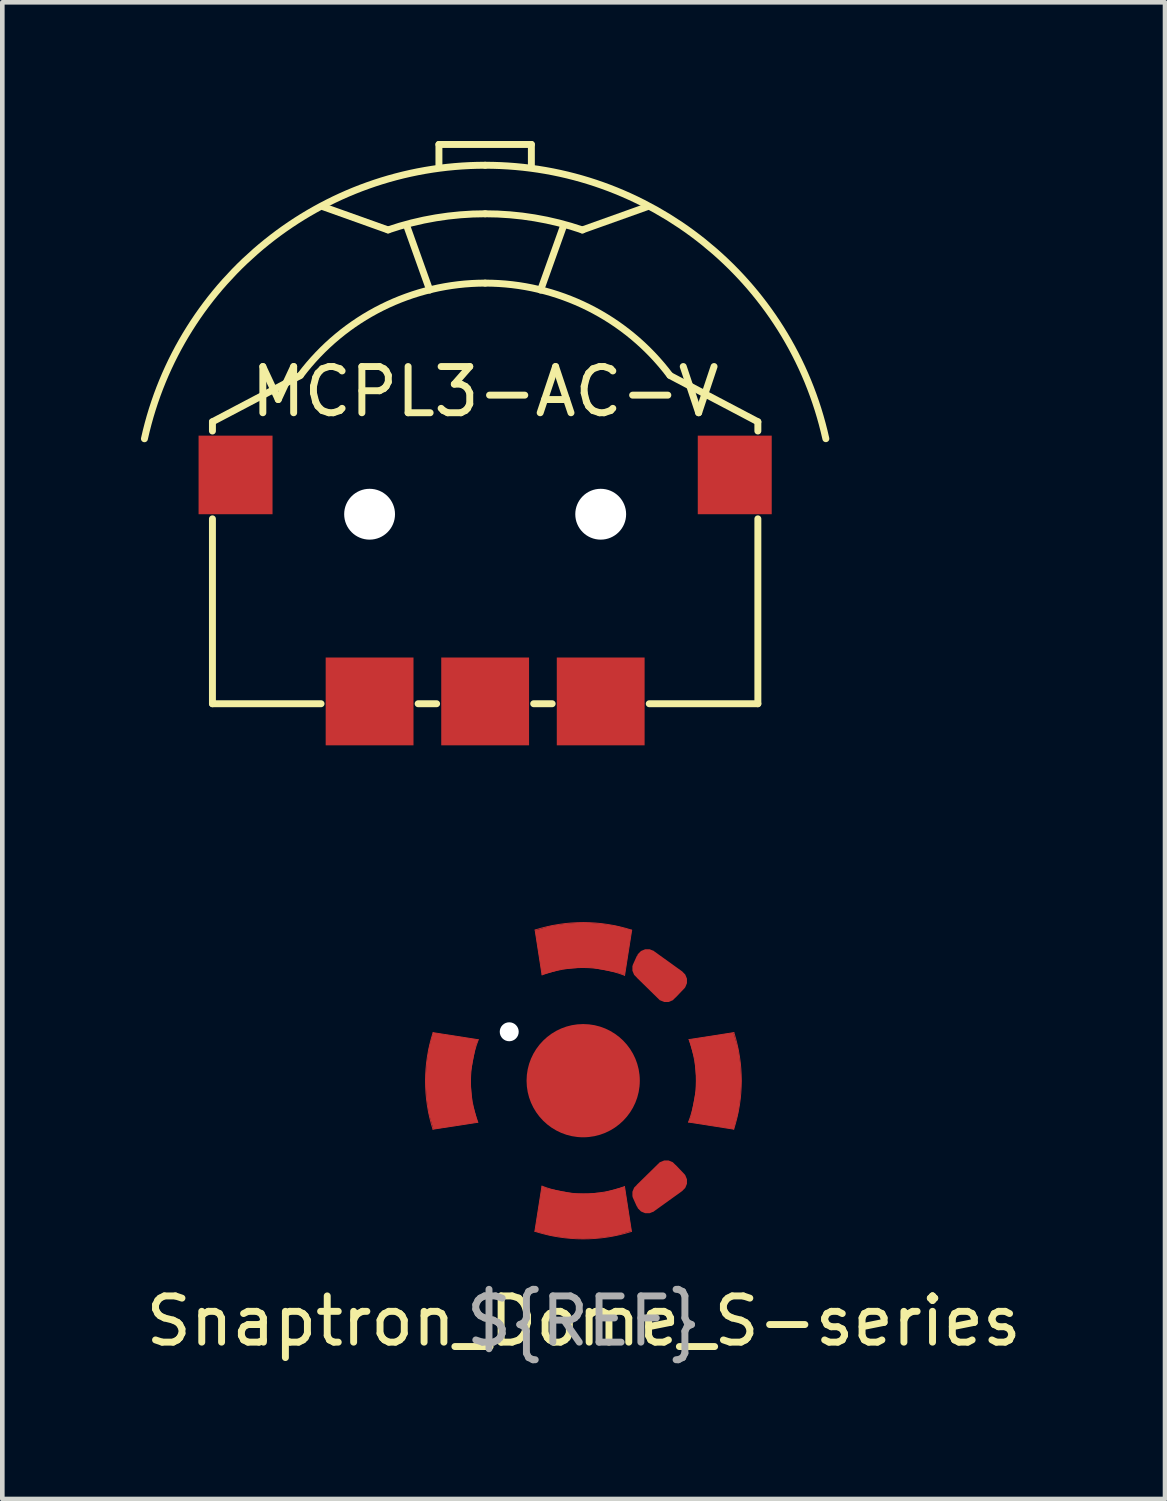
<source format=kicad_pcb>
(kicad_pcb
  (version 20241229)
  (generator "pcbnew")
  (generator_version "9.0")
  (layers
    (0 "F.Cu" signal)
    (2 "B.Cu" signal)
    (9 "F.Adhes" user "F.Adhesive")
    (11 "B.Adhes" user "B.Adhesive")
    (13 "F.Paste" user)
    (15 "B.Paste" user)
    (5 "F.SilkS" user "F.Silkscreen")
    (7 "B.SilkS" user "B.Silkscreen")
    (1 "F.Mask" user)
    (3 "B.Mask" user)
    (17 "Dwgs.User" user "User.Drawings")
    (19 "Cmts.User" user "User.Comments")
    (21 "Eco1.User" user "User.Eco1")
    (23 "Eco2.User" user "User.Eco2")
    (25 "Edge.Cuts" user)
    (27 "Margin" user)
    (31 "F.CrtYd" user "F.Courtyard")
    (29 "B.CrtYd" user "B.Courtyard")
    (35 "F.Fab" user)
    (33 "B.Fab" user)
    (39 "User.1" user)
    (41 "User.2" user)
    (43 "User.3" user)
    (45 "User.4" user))
  (footprint "MCPL3-AC-V"
    (layer "F.Cu")
    (at 7.446 8.075)
    (property "Reference" "MCPL3-AC-V" (at 0 -2.65 0) (layer "F.SilkS") (effects (font (size 1 1) (thickness 0.15))))
    (attr through_hole)
    (fp_line (start -5.9 -1.8) (end -5.9 -2) (stroke (width 0.15) (type solid)) (layer "F.SilkS"))
    (fp_line (start -5.9 4.1) (end -5.9 0.1) (stroke (width 0.15) (type solid)) (layer "F.SilkS"))
    (fp_line (start -5.9 4.1) (end -3.55 4.1) (stroke (width 0.15) (type solid)) (layer "F.SilkS"))
    (fp_line (start -4 -3) (end -5.9 -2) (stroke (width 0.15) (type solid)) (layer "F.SilkS"))
    (fp_line (start -2.1 -6.15) (end -3.5 -6.65) (stroke (width 0.15) (type solid)) (layer "F.SilkS"))
    (fp_line (start -1.7 -6.25) (end -1.2 -4.85) (stroke (width 0.15) (type solid)) (layer "F.SilkS"))
    (fp_line (start -1.45 4.1) (end -1.05 4.1) (stroke (width 0.15) (type solid)) (layer "F.SilkS"))
    (fp_line (start -1 -8) (end 1 -8) (stroke (width 0.15) (type solid)) (layer "F.SilkS"))
    (fp_line (start -1 -7.5) (end -1 -8) (stroke (width 0.15) (type solid)) (layer "F.SilkS"))
    (fp_line (start 1 -8) (end 1 -7.5) (stroke (width 0.15) (type solid)) (layer "F.SilkS"))
    (fp_line (start 1.05 4.1) (end 1.45 4.1) (stroke (width 0.15) (type solid)) (layer "F.SilkS"))
    (fp_line (start 1.7 -6.25) (end 1.2 -4.85) (stroke (width 0.15) (type solid)) (layer "F.SilkS"))
    (fp_line (start 2.1 -6.15) (end 3.5 -6.65) (stroke (width 0.15) (type solid)) (layer "F.SilkS"))
    (fp_line (start 3.55 4.1) (end 5.9 4.1) (stroke (width 0.15) (type solid)) (layer "F.SilkS"))
    (fp_line (start 4 -3) (end 5.9 -2) (stroke (width 0.15) (type solid)) (layer "F.SilkS"))
    (fp_line (start 5.9 -1.8) (end 5.9 -2) (stroke (width 0.15) (type solid)) (layer "F.SilkS"))
    (fp_line (start 5.9 4.1) (end 5.9 0.1) (stroke (width 0.15) (type solid)) (layer "F.SilkS"))
    (fp_arc (start -7.371374 -1.632586) (mid -4.726334 -5.887636) (end 0 -7.55) (stroke (width 0.15) (type solid)) (layer "F.SilkS"))
    (fp_arc (start -3.994608 -3.007176) (mid -2.232053 -4.474141) (end 0 -5) (stroke (width 0.15) (type solid)) (layer "F.SilkS"))
    (fp_arc (start -2.100435 -6.151274) (mid -1.064593 -6.412226) (end 0 -6.5) (stroke (width 0.15) (type solid)) (layer "F.SilkS"))
    (fp_arc (start 0 -7.55) (mid 4.725722 -5.888128) (end 7.371035 -1.634119) (stroke (width 0.15) (type solid)) (layer "F.SilkS"))
    (fp_arc (start 0 -6.5) (mid 1.067214 -6.41179) (end 2.105463 -6.149555) (stroke (width 0.15) (type solid)) (layer "F.SilkS"))
    (fp_arc (start 0 -5) (mid 2.230989 -4.474672) (end 3.993178 -3.009075) (stroke (width 0.15) (type solid)) (layer "F.SilkS"))
    (pad "" np_thru_hole oval (at -2.5 0) (size 1.1 1.1) (drill oval 1.1) (layers "*.Cu" "*.Mask"))
    (pad "" np_thru_hole oval (at 2.5 0) (size 1.1 1.1) (drill oval 1.1) (layers "*.Cu" "*.Mask"))
    (pad "1" smd rect (at -2.5 4.05) (size 1.9 1.9) (layers "F.Cu" "F.Mask" "F.Paste"))
    (pad "2" smd rect (at 2.5 4.05) (size 1.9 1.9) (layers "F.Cu" "F.Mask" "F.Paste"))
    (pad "C" smd rect (at 5.4 -0.85) (size 1.6 1.7) (layers "F.Cu" "F.Mask" "F.Paste"))
    (pad "G" smd rect (at -5.4 -0.85) (size 1.6 1.7) (layers "F.Cu" "F.Mask" "F.Paste"))
    (pad "T" smd rect (at 0 4.05) (size 1.9 1.9) (layers "F.Cu" "F.Mask" "F.Paste")))
  (footprint "Snaptron_Dome_S-series"
    (layer "F.Cu")
    (at 9.577 20.332)
    (property "Reference" "Snaptron_Dome_S-series" (at 0 5.2 0) (unlocked yes) (layer "F.SilkS") (effects (font (size 1 1) (thickness 0.15))))
    (attr smd)
    (fp_line (start -3.26 1.048) (end -2.29 0.898) (stroke (width 0.02) (type default)) (layer "F.Cu"))
    (fp_line (start -3.257 -1.041) (end -2.28 -0.888) (stroke (width 0.02) (type default)) (layer "F.Cu"))
    (fp_line (start -1.055 3.257) (end -0.902 2.28) (stroke (width 0.02) (type default)) (layer "F.Cu"))
    (fp_line (start -1.05 -3.262) (end -0.9 -2.292) (stroke (width 0.02) (type default)) (layer "F.Cu"))
    (fp_line (start 1.034 3.26) (end 0.884 2.29) (stroke (width 0.02) (type default)) (layer "F.Cu"))
    (fp_line (start 1.039 -3.259) (end 0.886 -2.282) (stroke (width 0.02) (type default)) (layer "F.Cu"))
    (fp_line (start 3.247 1.047) (end 2.27 0.894) (stroke (width 0.02) (type default)) (layer "F.Cu"))
    (fp_line (start 3.25 -1.042) (end 2.28 -0.892) (stroke (width 0.02) (type default)) (layer "F.Cu"))
    (fp_arc (start -3.259999 1.048063) (mid -3.420926 0.0033) (end -3.257107 -1.041014) (stroke (width 0.02) (type default)) (layer "F.Cu"))
    (fp_arc (start -2.289999 0.898063) (mid -2.448063 0.004058) (end -2.280104 -0.88814) (stroke (width 0.02) (type default)) (layer "F.Cu"))
    (fp_arc (start -1.049999 -3.261937) (mid -0.005236 -3.422864) (end 1.039078 -3.259045) (stroke (width 0.02) (type default)) (layer "F.Cu"))
    (fp_arc (start -0.899999 -2.291937) (mid -0.005994 -2.450001) (end 0.886204 -2.282042) (stroke (width 0.02) (type default)) (layer "F.Cu"))
    (fp_arc (start 0.884006 2.289999) (mid -0.009999 2.448063) (end -0.902197 2.280104) (stroke (width 0.02) (type default)) (layer "F.Cu"))
    (fp_arc (start 1.034006 3.259999) (mid -0.010757 3.420926) (end -1.055071 3.257107) (stroke (width 0.02) (type default)) (layer "F.Cu"))
    (fp_arc (start 2.280001 -0.891937) (mid 2.438065 0.002068) (end 2.270106 0.894266) (stroke (width 0.02) (type default)) (layer "F.Cu"))
    (fp_arc (start 3.250001 -1.041937) (mid 3.410928 0.002826) (end 3.247109 1.04714) (stroke (width 0.02) (type default)) (layer "F.Cu"))
    (fp_poly (pts (xy -3.25 1.048) (xy -2.29 0.898) (xy -2.41 0.468) (xy -2.44 0.118) (xy -2.44 -0.192) (xy -2.33 -0.762) (xy -2.28 -0.888) (xy -3.257 -1.041) (xy -3.35 -0.702) (xy -3.4 -0.352) (xy -3.421 0.003) (xy -3.4 0.358) (xy -3.35 0.708)) (stroke (width 0) (type solid)) (fill yes) (layer "F.Cu"))
    (fp_poly (pts (xy -1.05 -3.252) (xy -0.9 -2.292) (xy -0.47 -2.412) (xy -0.12 -2.442) (xy 0.19 -2.442) (xy 0.76 -2.332) (xy 0.886 -2.282) (xy 1.039 -3.259) (xy 0.7 -3.352) (xy 0.35 -3.402) (xy -0.005 -3.423) (xy -0.36 -3.402) (xy -0.71 -3.352)) (stroke (width 0) (type solid)) (fill yes) (layer "F.Cu"))
    (fp_poly (pts (xy 1.034 3.25) (xy 0.884 2.29) (xy 0.454 2.41) (xy 0.104 2.44) (xy -0.206 2.44) (xy -0.776 2.33) (xy -0.902 2.28) (xy -1.055 3.257) (xy -0.716 3.35) (xy -0.366 3.4) (xy -0.011 3.421) (xy 0.344 3.4) (xy 0.694 3.35)) (stroke (width 0) (type solid)) (fill yes) (layer "F.Cu"))
    (fp_poly (pts (xy 3.24 -1.042) (xy 2.28 -0.892) (xy 2.4 -0.462) (xy 2.43 -0.112) (xy 2.43 0.198) (xy 2.32 0.768) (xy 2.27 0.894) (xy 3.247 1.047) (xy 3.34 0.708) (xy 3.39 0.358) (xy 3.411 0.003) (xy 3.39 -0.352) (xy 3.34 -0.702)) (stroke (width 0) (type solid)) (fill yes) (layer "F.Cu"))
    (fp_poly (pts (xy 0.002 -4.192) (xy 0.185 -4.178) (xy 0.379 -4.149) (xy 0.575 -4.104) (xy 0.698 -4.066) (xy 0.802 -4.033) (xy 0.92 -3.992) (xy 1.19 -3.772) (xy 1.57 -3.462) (xy 1.93 -3.142) (xy 2.27 -2.832) (xy 2.56 -2.552) (xy 2.81 -2.302) (xy 3.12 -1.982) (xy 3.44 -1.632) (xy 3.81 -1.212) (xy 3.93 -1.062) (xy 4.02 -0.862) (xy 4.08 -0.682) (xy 4.11 -0.572) (xy 4.15 -0.402) (xy 4.17 -0.282) (xy 4.18 -0.132) (xy 4.19 -0.002) (xy 4.18 0.128) (xy 4.17 0.278) (xy 4.14 0.458) (xy 4.095 0.646) (xy 4.032 0.832) (xy 3.94 1.037) (xy 3.907 1.098) (xy 3.693 1.356) (xy 3.474 1.602) (xy 3.01 2.101) (xy 2.542 2.576) (xy 2.141 2.956) (xy 2.05 3.04) (xy 1.96 3.12) (xy 1.729 3.326) (xy 1.514 3.511) (xy 1.299 3.693) (xy 1.03 3.91) (xy 0.961 3.963) (xy 0.909 3.992) (xy 0.795 4.034) (xy 0.692 4.07) (xy 0.567 4.109) (xy 0.406 4.144) (xy 0.258 4.169) (xy 0.065 4.192) (xy -0.011 4.194) (xy -0.14 4.196) (xy -0.298 4.192) (xy -0.451 4.175) (xy -0.658 4.143) (xy -0.808 4.106) (xy -0.941 4.067) (xy -1.111 4.007) (xy -1.18 3.978) (xy -1.318 3.735) (xy -1.475 3.481) (xy -1.679 3.18) (xy -1.79 3.029) (xy -1.923 2.861) (xy -2.04 2.717) (xy -2.196 2.538) (xy -2.328 2.396) (xy -2.47 2.244) (xy -2.638 2.078) (xy -2.871 1.871) (xy -3.102 1.674) (xy -3.327 1.506) (xy -3.505 1.373) (xy -3.693 1.247) (xy -3.961 1.077) (xy -3.993 1.047) (xy -4.057 0.889) (xy -4.122 0.675) (xy -4.183 0.365) (xy -4.204 0.166) (xy -4.204 -0.018) (xy -4.197 -0.254) (xy -4.169 -0.446) (xy -4.114 -0.695) (xy -4.041 -0.922) (xy -3.989 -1.056) (xy -3.857 -1.133) (xy -3.63 -1.278) (xy -3.426 -1.42) (xy -3.229 -1.563) (xy -3.008 -1.739) (xy -2.75 -1.957) (xy -2.351 -2.345) (xy -2.143 -2.582) (xy -1.994 -2.754) (xy -1.907 -2.863) (xy -1.72 -3.099) (xy -1.515 -3.404) (xy -1.402 -3.583) (xy -1.293 -3.772) (xy -1.179 -3.978) (xy -1.078 -4.016) (xy -0.898 -4.079) (xy -0.681 -4.136) (xy -0.521 -4.164) (xy -0.351 -4.187) (xy -0.15 -4.197)) (stroke (width 0.12) (type solid)) (fill yes) (layer "F.Mask"))
    (fp_text user "${REF}" (at 0 5.2 0) (unlocked yes) (layer "F.Fab") (effects (font (size 1 1) (thickness 0.15))))
    (pad "" np_thru_hole circle (at -1.61 -1.06) (size 0.41 0.41) (drill 0.41) (layers "*.Cu" "*.Mask"))
    (pad "1" smd circle (at 1.6 -2.3) (size 0.64 0.64) (layers "F.Cu" "F.Mask" "F.Paste"))
    (pad "1" smd circle (at 1.6 2.32) (size 0.64 0.64) (layers "F.Cu" "F.Mask" "F.Paste"))
    (pad "1" smd custom (at 1.65 -2.27) (size 0.4 0.4) (layers "F.Cu" "F.Mask") (options (anchor circle)) (primitives (gr_circle (center -0.27 -0.33) (end -0.02 -0.33) (width 0) (fill yes)) (gr_circle (center -0.35 -0.16) (end -0.1 -0.16) (width 0) (fill yes)) (gr_circle (center 0.34 0.11) (end 0.59 0.11) (width 0) (fill yes)) (gr_circle (center 0.14 0.32) (end 0.39 0.32) (width 0) (fill yes)) (gr_poly (pts (xy -0.15 -0.55) (xy 0.49 -0.09) (xy 0.54 0.26) (xy 0.34 0.47) (xy 0 0.53) (xy -0.5 0.04) (xy -0.59 -0.23) (xy -0.5 -0.43)) (width 0) (fill yes))))
    (pad "1" smd custom (at 1.65 2.29 180) (size 0.4 0.4) (layers "F.Cu" "F.Mask") (options (anchor circle)) (primitives (gr_circle (center 0.27 -0.33) (end 0.52 -0.33) (width 0) (fill yes)) (gr_circle (center 0.35 -0.16) (end 0.6 -0.16) (width 0) (fill yes)) (gr_circle (center -0.34 0.11) (end -0.09 0.11) (width 0) (fill yes)) (gr_circle (center -0.14 0.32) (end 0.11 0.32) (width 0) (fill yes)) (gr_poly (pts (xy 0.15 -0.55) (xy -0.49 -0.09) (xy -0.54 0.26) (xy -0.34 0.47) (xy 0 0.53) (xy 0.5 0.04) (xy 0.59 -0.23) (xy 0.5 -0.43)) (width 0) (fill yes))))
    (pad "2" smd circle (at -0.01 -0.002) (size 2.45 2.45) (layers "F.Cu" "F.Mask")))
  (gr_rect
    (start -3 -3)
    (end 22.155 29.38)
    (stroke (width 0.1) (type default))
    (fill no)
    (layer "Edge.Cuts")))
</source>
